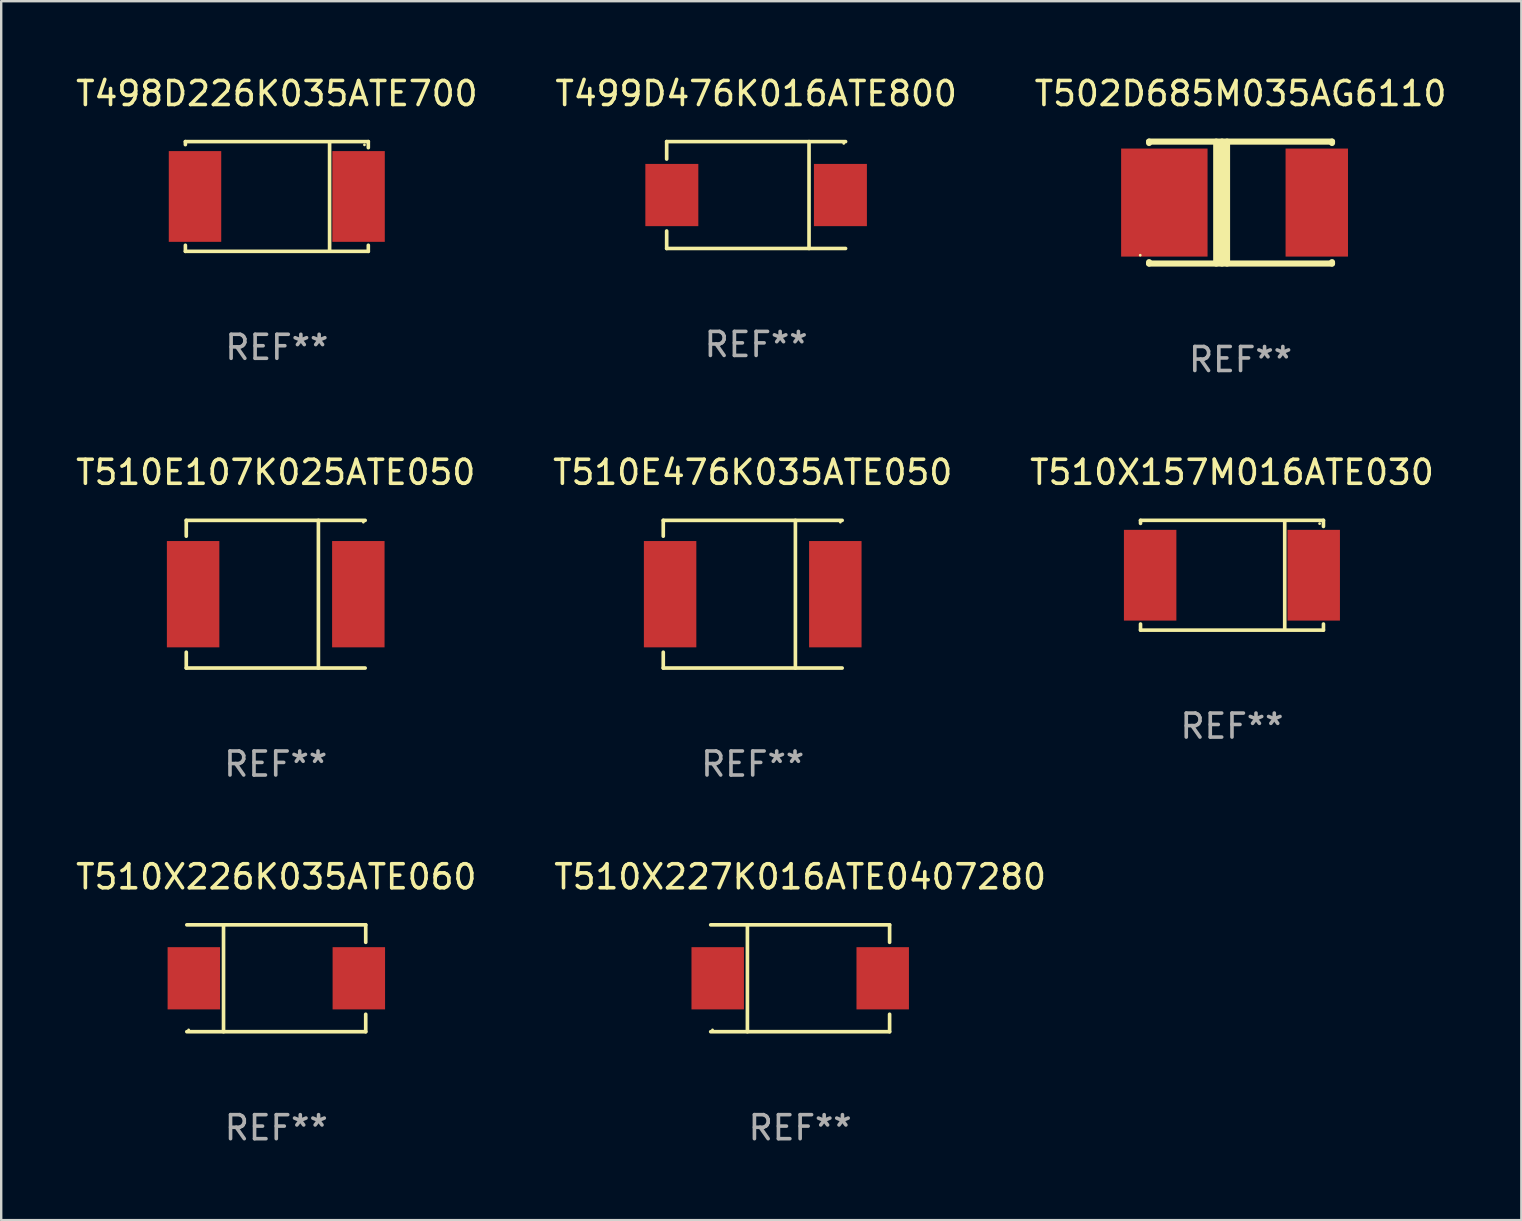
<source format=kicad_pcb>
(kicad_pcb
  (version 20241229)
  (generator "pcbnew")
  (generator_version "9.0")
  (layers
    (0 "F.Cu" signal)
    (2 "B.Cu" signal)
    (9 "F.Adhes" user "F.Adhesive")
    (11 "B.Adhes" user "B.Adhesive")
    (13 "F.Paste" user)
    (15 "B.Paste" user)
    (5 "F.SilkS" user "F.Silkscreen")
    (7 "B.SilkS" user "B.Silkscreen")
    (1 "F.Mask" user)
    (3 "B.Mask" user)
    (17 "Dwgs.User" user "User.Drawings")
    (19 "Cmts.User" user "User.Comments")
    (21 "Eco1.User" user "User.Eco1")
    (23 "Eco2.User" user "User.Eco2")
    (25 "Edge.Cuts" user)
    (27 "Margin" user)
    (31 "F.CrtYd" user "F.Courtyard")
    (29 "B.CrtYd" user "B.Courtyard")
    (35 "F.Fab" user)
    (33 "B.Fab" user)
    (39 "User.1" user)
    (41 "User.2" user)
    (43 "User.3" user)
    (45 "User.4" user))
  (footprint "T510E107K025ATE050"
    (layer "F.Cu")
    (at 8.435 21.701)
    (property "Reference" "T510E107K025ATE050" (at 0 -5.076 0) (layer "F.SilkS") (effects (font (size 1 1) (thickness 0.15))))
    (attr through_hole)
    (fp_line (start -3.726 -3.076) (end -3.726 -2.417) (stroke (width 0.152) (type solid)) (layer "F.SilkS"))
    (fp_line (start -3.726 -3.076) (end 3.726 -3.076) (stroke (width 0.152) (type solid)) (layer "F.SilkS"))
    (fp_line (start -3.726 3.076) (end -3.726 2.417) (stroke (width 0.152) (type solid)) (layer "F.SilkS"))
    (fp_line (start -3.726 3.076) (end 3.726 3.076) (stroke (width 0.152) (type solid)) (layer "F.SilkS"))
    (fp_line (start 1.778 -3.076) (end 1.778 3.076) (stroke (width 0.152) (type solid)) (layer "F.SilkS"))
    (fp_circle (center 3.65 -3) (end 3.68 -3) (stroke (width 0.06) (type solid)) (fill no) (layer "F.SilkS"))
    (fp_text user "REF**" (at 0 7.076 0) (layer "F.Fab") (effects (font (size 1 1) (thickness 0.15))))
    (pad "1" smd rect (at 3.441 0) (size 2.185 4.428) (layers "F.Cu" "F.Mask" "F.Paste"))
    (pad "2" smd rect (at -3.441 0) (size 2.185 4.428) (layers "F.Cu" "F.Mask" "F.Paste")))
  (footprint "T510X226K035ATE060"
    (layer "F.Cu")
    (at 8.458 37.7)
    (property "Reference" "T510X226K035ATE060" (at 0 -4.226 0) (layer "F.SilkS") (effects (font (size 1 1) (thickness 0.15))))
    (attr through_hole)
    (fp_line (start -3.726 -2.226) (end 3.726 -2.226) (stroke (width 0.152) (type solid)) (layer "F.SilkS"))
    (fp_line (start -3.726 2.226) (end 3.726 2.226) (stroke (width 0.152) (type solid)) (layer "F.SilkS"))
    (fp_line (start -2.197 -2.226) (end -2.197 2.226) (stroke (width 0.152) (type solid)) (layer "F.SilkS"))
    (fp_line (start 3.726 -2.226) (end 3.726 -1.499) (stroke (width 0.152) (type solid)) (layer "F.SilkS"))
    (fp_line (start 3.726 2.226) (end 3.726 1.499) (stroke (width 0.152) (type solid)) (layer "F.SilkS"))
    (fp_circle (center -3.65 2.15) (end -3.62 2.15) (stroke (width 0.06) (type solid)) (fill no) (layer "F.SilkS"))
    (fp_text user "REF**" (at 0 6.226 0) (layer "F.Fab") (effects (font (size 1 1) (thickness 0.15))))
    (pad "1" smd rect (at -3.434 0 180) (size 2.185 2.592) (layers "F.Cu" "F.Mask" "F.Paste"))
    (pad "2" smd rect (at 3.439 0 180) (size 2.185 2.592) (layers "F.Cu" "F.Mask" "F.Paste")))
  (footprint "T498D226K035ATE700"
    (layer "F.Cu")
    (at 8.482 5.134)
    (property "Reference" "T498D226K035ATE700" (at 0 -4.286 0) (layer "F.SilkS") (effects (font (size 1 1) (thickness 0.15))))
    (attr through_hole)
    (fp_line (start -3.81 -2.286) (end -3.81 -2.159) (stroke (width 0.15) (type solid)) (layer "F.SilkS"))
    (fp_line (start -3.81 2.032) (end -3.81 2.286) (stroke (width 0.15) (type solid)) (layer "F.SilkS"))
    (fp_line (start -3.81 2.286) (end 3.81 2.286) (stroke (width 0.15) (type solid)) (layer "F.SilkS"))
    (fp_line (start 2.197 -2.226) (end 2.197 2.226) (stroke (width 0.152) (type solid)) (layer "F.SilkS"))
    (fp_line (start 3.81 -2.286) (end -3.81 -2.286) (stroke (width 0.15) (type solid)) (layer "F.SilkS"))
    (fp_line (start 3.81 -2.032) (end 3.81 -2.286) (stroke (width 0.15) (type solid)) (layer "F.SilkS"))
    (fp_line (start 3.81 2.286) (end 3.81 2.032) (stroke (width 0.15) (type solid)) (layer "F.SilkS"))
    (fp_circle (center 3.65 -2.15) (end 3.68 -2.15) (stroke (width 0.06) (type solid)) (fill no) (layer "F.SilkS"))
    (fp_text user "REF**" (at 0 6.286 0) (layer "F.Fab") (effects (font (size 1 1) (thickness 0.15))))
    (pad "1" smd rect (at 3.404 0 180) (size 2.185 3.78) (layers "F.Cu" "F.Mask" "F.Paste"))
    (pad "2" smd rect (at -3.409 0 180) (size 2.185 3.78) (layers "F.Cu" "F.Mask" "F.Paste")))
  (footprint "T510E476K035ATE050"
    (layer "F.Cu")
    (at 28.304 21.701)
    (property "Reference" "T510E476K035ATE050" (at 0 -5.076 0) (layer "F.SilkS") (effects (font (size 1 1) (thickness 0.15))))
    (attr through_hole)
    (fp_line (start -3.726 -3.076) (end -3.726 -2.417) (stroke (width 0.152) (type solid)) (layer "F.SilkS"))
    (fp_line (start -3.726 -3.076) (end 3.726 -3.076) (stroke (width 0.152) (type solid)) (layer "F.SilkS"))
    (fp_line (start -3.726 3.076) (end -3.726 2.417) (stroke (width 0.152) (type solid)) (layer "F.SilkS"))
    (fp_line (start -3.726 3.076) (end 3.726 3.076) (stroke (width 0.152) (type solid)) (layer "F.SilkS"))
    (fp_line (start 1.778 -3.076) (end 1.778 3.076) (stroke (width 0.152) (type solid)) (layer "F.SilkS"))
    (fp_circle (center 3.65 -3) (end 3.68 -3) (stroke (width 0.06) (type solid)) (fill no) (layer "F.SilkS"))
    (fp_text user "REF**" (at 0 7.076 0) (layer "F.Fab") (effects (font (size 1 1) (thickness 0.15))))
    (pad "1" smd rect (at 3.441 0) (size 2.185 4.428) (layers "F.Cu" "F.Mask" "F.Paste"))
    (pad "2" smd rect (at -3.441 0) (size 2.185 4.428) (layers "F.Cu" "F.Mask" "F.Paste")))
  (footprint "T499D476K016ATE800"
    (layer "F.Cu")
    (at 28.446 5.074)
    (property "Reference" "T499D476K016ATE800" (at 0 -4.226 0) (layer "F.SilkS") (effects (font (size 1 1) (thickness 0.15))))
    (attr through_hole)
    (fp_line (start -3.726 -2.226) (end -3.726 -1.499) (stroke (width 0.152) (type solid)) (layer "F.SilkS"))
    (fp_line (start -3.726 -2.226) (end 3.726 -2.226) (stroke (width 0.152) (type solid)) (layer "F.SilkS"))
    (fp_line (start -3.726 2.226) (end -3.726 1.499) (stroke (width 0.152) (type solid)) (layer "F.SilkS"))
    (fp_line (start -3.726 2.226) (end 3.726 2.226) (stroke (width 0.152) (type solid)) (layer "F.SilkS"))
    (fp_line (start 2.204 -2.226) (end 2.204 2.226) (stroke (width 0.152) (type solid)) (layer "F.SilkS"))
    (fp_circle (center 3.65 -2.15) (end 3.68 -2.15) (stroke (width 0.06) (type solid)) (fill no) (layer "F.SilkS"))
    (fp_text user "REF**" (at 0 6.226 0) (layer "F.Fab") (effects (font (size 1 1) (thickness 0.15))))
    (pad "1" smd rect (at 3.511 0) (size 2.207 2.592) (layers "F.Cu" "F.Mask" "F.Paste"))
    (pad "2" smd rect (at -3.511 0) (size 2.207 2.592) (layers "F.Cu" "F.Mask" "F.Paste")))
  (footprint "T510X227K016ATE0407280"
    (layer "F.Cu")
    (at 30.28 37.7)
    (property "Reference" "T510X227K016ATE0407280" (at 0 -4.226 0) (layer "F.SilkS") (effects (font (size 1 1) (thickness 0.15))))
    (attr through_hole)
    (fp_line (start -3.726 -2.226) (end 3.726 -2.226) (stroke (width 0.152) (type solid)) (layer "F.SilkS"))
    (fp_line (start -3.726 2.226) (end 3.726 2.226) (stroke (width 0.152) (type solid)) (layer "F.SilkS"))
    (fp_line (start -2.197 -2.226) (end -2.197 2.226) (stroke (width 0.152) (type solid)) (layer "F.SilkS"))
    (fp_line (start 3.726 -2.226) (end 3.726 -1.499) (stroke (width 0.152) (type solid)) (layer "F.SilkS"))
    (fp_line (start 3.726 2.226) (end 3.726 1.499) (stroke (width 0.152) (type solid)) (layer "F.SilkS"))
    (fp_circle (center -3.65 2.15) (end -3.62 2.15) (stroke (width 0.06) (type solid)) (fill no) (layer "F.SilkS"))
    (fp_text user "REF**" (at 0 6.226 0) (layer "F.Fab") (effects (font (size 1 1) (thickness 0.15))))
    (pad "1" smd rect (at -3.434 0 180) (size 2.185 2.592) (layers "F.Cu" "F.Mask" "F.Paste"))
    (pad "2" smd rect (at 3.439 0 180) (size 2.185 2.592) (layers "F.Cu" "F.Mask" "F.Paste")))
  (footprint "T502D685M035AG6110"
    (layer "F.Cu")
    (at 48.625 5.388)
    (property "Reference" "T502D685M035AG6110" (at 0 -4.54 0) (layer "F.SilkS") (effects (font (size 1 1) (thickness 0.15))))
    (attr through_hole)
    (fp_line (start -3.81 -2.54) (end -3.81 -2.481) (stroke (width 0.254) (type solid)) (layer "F.SilkS"))
    (fp_line (start -3.81 -2.54) (end 3.81 -2.54) (stroke (width 0.254) (type solid)) (layer "F.SilkS"))
    (fp_line (start -3.81 2.481) (end -3.81 2.54) (stroke (width 0.254) (type solid)) (layer "F.SilkS"))
    (fp_line (start -3.81 2.54) (end 3.81 2.54) (stroke (width 0.254) (type solid)) (layer "F.SilkS"))
    (fp_line (start -1.014 -2.54) (end -1.014 2.54) (stroke (width 0.254) (type solid)) (layer "F.SilkS"))
    (fp_line (start -0.774 -2.54) (end -0.774 2.54) (stroke (width 0.254) (type solid)) (layer "F.SilkS"))
    (fp_line (start -0.563 -2.54) (end -0.563 2.54) (stroke (width 0.254) (type solid)) (layer "F.SilkS"))
    (fp_line (start 3.81 -2.481) (end 3.81 -2.54) (stroke (width 0.254) (type solid)) (layer "F.SilkS"))
    (fp_line (start 3.81 2.54) (end 3.81 2.481) (stroke (width 0.254) (type solid)) (layer "F.SilkS"))
    (fp_circle (center -4.179 2.194) (end -4.149 2.194) (stroke (width 0.06) (type solid)) (fill no) (layer "F.SilkS"))
    (fp_text user "REF**" (at 0 6.54 0) (layer "F.Fab") (effects (font (size 1 1) (thickness 0.15))))
    (pad "1" smd rect (at -3.175 0.000076) (size 3.6 4.5) (layers "F.Cu" "F.Mask" "F.Paste"))
    (pad "2" smd rect (at 3.175 0.000076) (size 2.6 4.5) (layers "F.Cu" "F.Mask" "F.Paste")))
  (footprint "T510X157M016ATE030"
    (layer "F.Cu")
    (at 48.268 20.911)
    (property "Reference" "T510X157M016ATE030" (at 0 -4.286 0) (layer "F.SilkS") (effects (font (size 1 1) (thickness 0.15))))
    (attr through_hole)
    (fp_line (start -3.81 -2.286) (end -3.81 -2.159) (stroke (width 0.15) (type solid)) (layer "F.SilkS"))
    (fp_line (start -3.81 2.032) (end -3.81 2.286) (stroke (width 0.15) (type solid)) (layer "F.SilkS"))
    (fp_line (start -3.81 2.286) (end 3.81 2.286) (stroke (width 0.15) (type solid)) (layer "F.SilkS"))
    (fp_line (start 2.197 -2.226) (end 2.197 2.226) (stroke (width 0.152) (type solid)) (layer "F.SilkS"))
    (fp_line (start 3.81 -2.286) (end -3.81 -2.286) (stroke (width 0.15) (type solid)) (layer "F.SilkS"))
    (fp_line (start 3.81 -2.032) (end 3.81 -2.286) (stroke (width 0.15) (type solid)) (layer "F.SilkS"))
    (fp_line (start 3.81 2.286) (end 3.81 2.032) (stroke (width 0.15) (type solid)) (layer "F.SilkS"))
    (fp_circle (center 3.65 -2.15) (end 3.68 -2.15) (stroke (width 0.06) (type solid)) (fill no) (layer "F.SilkS"))
    (fp_text user "REF**" (at 0 6.286 0) (layer "F.Fab") (effects (font (size 1 1) (thickness 0.15))))
    (pad "1" smd rect (at 3.404 0 180) (size 2.185 3.78) (layers "F.Cu" "F.Mask" "F.Paste"))
    (pad "2" smd rect (at -3.409 0 180) (size 2.185 3.78) (layers "F.Cu" "F.Mask" "F.Paste")))
  (gr_rect
    (start -3 -3)
    (end 60.321 47.774)
    (stroke (width 0.1) (type default))
    (fill no)
    (layer "Edge.Cuts")))
</source>
